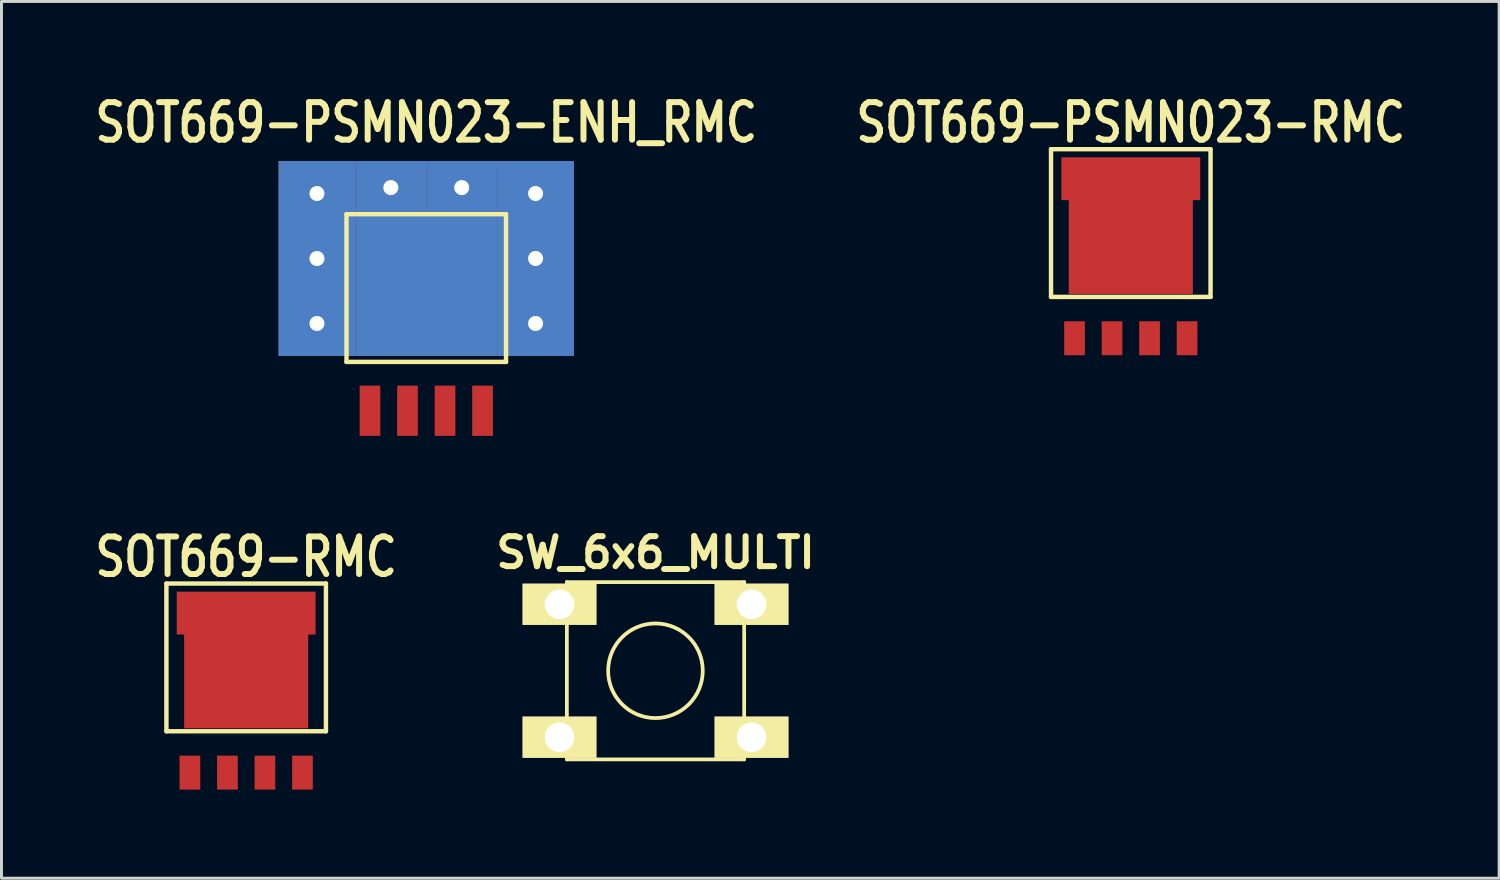
<source format=kicad_pcb>
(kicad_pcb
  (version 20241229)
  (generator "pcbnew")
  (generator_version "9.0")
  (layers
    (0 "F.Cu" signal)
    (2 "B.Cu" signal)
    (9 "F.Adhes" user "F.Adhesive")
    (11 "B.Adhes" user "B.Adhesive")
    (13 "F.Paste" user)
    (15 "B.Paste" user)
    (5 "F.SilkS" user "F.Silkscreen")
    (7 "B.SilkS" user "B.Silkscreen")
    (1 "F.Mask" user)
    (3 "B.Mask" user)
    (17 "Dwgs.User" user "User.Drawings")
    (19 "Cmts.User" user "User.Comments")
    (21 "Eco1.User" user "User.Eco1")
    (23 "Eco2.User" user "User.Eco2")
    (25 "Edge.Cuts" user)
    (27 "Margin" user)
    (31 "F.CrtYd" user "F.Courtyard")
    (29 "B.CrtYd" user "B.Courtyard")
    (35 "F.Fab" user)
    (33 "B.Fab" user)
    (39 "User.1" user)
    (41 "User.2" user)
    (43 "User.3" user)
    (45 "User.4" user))
  (footprint "SOT669-PSMN023-RMC"
    (layer "F.Cu")
    (at 35.227 8.4)
    (property "Reference" "SOT669-PSMN023-RMC" (at 0 -7.3 0) (layer "F.SilkS") (effects (font (size 1.27 1.016) (thickness 0.203))))
    (attr smd)
    (fp_line (start -2.7 -6.4) (end -2.7 -1.4) (stroke (width 0.15) (type solid)) (layer "F.SilkS"))
    (fp_line (start -2.7 -1.4) (end 2.7 -1.4) (stroke (width 0.15) (type solid)) (layer "F.SilkS"))
    (fp_line (start 2.7 -6.4) (end -2.7 -6.4) (stroke (width 0.15) (type solid)) (layer "F.SilkS"))
    (fp_line (start 2.7 -1.4) (end 2.7 -6.4) (stroke (width 0.15) (type solid)) (layer "F.SilkS"))
    (pad "1" smd rect (at -1.905 0) (size 0.7 1.15) (layers "F.Cu" "F.Mask" "F.Paste"))
    (pad "1" smd rect (at -0.635 0) (size 0.7 1.15) (layers "F.Cu" "F.Mask" "F.Paste"))
    (pad "1" smd rect (at 0.635 0) (size 0.7 1.15) (layers "F.Cu" "F.Mask" "F.Paste"))
    (pad "4" smd rect (at 1.905 0) (size 0.7 1.15) (layers "F.Cu" "F.Mask" "F.Paste"))
    (pad "5" smd rect (at 0 -5.4) (size 4.7 1.45) (layers "F.Cu" "F.Mask" "F.Paste"))
    (pad "5" smd rect (at 0 -3.1) (size 4.2 3.2) (layers "F.Cu" "F.Mask" "F.Paste")))
  (footprint "SOT669-PSMN023-ENH_RMC"
    (layer "F.Cu")
    (at 11.379 10.6)
    (property "Reference" "SOT669-PSMN023-ENH_RMC" (at 0 -9.5 0) (layer "F.SilkS") (effects (font (size 1.27 1.016) (thickness 0.203))))
    (attr smd)
    (fp_line (start -2.7 -6.4) (end -2.7 -1.4) (stroke (width 0.15) (type solid)) (layer "F.SilkS"))
    (fp_line (start -2.7 -1.4) (end 2.7 -1.4) (stroke (width 0.15) (type solid)) (layer "F.SilkS"))
    (fp_line (start 2.7 -6.4) (end -2.7 -6.4) (stroke (width 0.15) (type solid)) (layer "F.SilkS"))
    (fp_line (start 2.7 -1.4) (end 2.7 -6.4) (stroke (width 0.15) (type solid)) (layer "F.SilkS"))
    (pad "1" smd rect (at -1.905 0.254) (size 0.7 1.7) (layers "F.Cu" "F.Mask" "F.Paste"))
    (pad "1" smd rect (at -0.635 0.254) (size 0.7 1.7) (layers "F.Cu" "F.Mask" "F.Paste"))
    (pad "1" smd rect (at 0.635 0.254) (size 0.7 1.7) (layers "F.Cu" "F.Mask" "F.Paste"))
    (pad "4" smd rect (at 1.905 0.254) (size 0.7 1.7) (layers "F.Cu" "F.Mask" "F.Paste"))
    (pad "5" thru_hole rect (at -3.7 -7.1) (size 2.6 2.2) (drill 0.508) (layers "*.Cu"))
    (pad "5" thru_hole rect (at -3.7 -4.9) (size 2.6 2.2) (drill 0.508) (layers "*.Cu"))
    (pad "5" thru_hole rect (at -3.7 -2.7) (size 2.6 2.2) (drill 0.508) (layers "*.Cu"))
    (pad "5" smd rect (at -1.65 -5.45) (size 0.6 0.9) (layers "F.Cu" "F.Mask" "F.Paste"))
    (pad "5" thru_hole rect (at -1.2 -7.3) (size 2.4 1.8) (drill 0.508) (layers "*.Cu"))
    (pad "5" smd rect (at -1.15 -3.85) (size 0.9 0.6) (layers "F.Cu" "F.Mask" "F.Paste"))
    (pad "5" smd rect (at -1.15 -3) (size 0.9 0.6) (layers "F.Cu" "F.Mask" "F.Paste"))
    (pad "5" smd rect (at -1.15 -2.15) (size 0.9 0.6) (layers "F.Cu" "F.Mask" "F.Paste"))
    (pad "5" smd rect (at -0.55 -5.45) (size 0.6 0.9) (layers "F.Cu" "F.Mask" "F.Paste"))
    (pad "5" smd rect (at 0 -4) (size 4.8 4.8) (layers "F.Cu" "F.Mask"))
    (pad "5" smd rect (at 0 -4) (size 4.8 4.8) (layers "B.Cu"))
    (pad "5" smd rect (at 0 -3.85) (size 0.9 0.6) (layers "F.Cu" "F.Mask" "F.Paste"))
    (pad "5" smd rect (at 0 -3) (size 0.9 0.6) (layers "F.Cu" "F.Mask" "F.Paste"))
    (pad "5" smd rect (at 0 -2.15) (size 0.9 0.6) (layers "F.Cu" "F.Mask" "F.Paste"))
    (pad "5" smd rect (at 0.55 -5.45) (size 0.6 0.9) (layers "F.Cu" "F.Mask" "F.Paste"))
    (pad "5" smd rect (at 1.15 -3.85) (size 0.9 0.6) (layers "F.Cu" "F.Mask" "F.Paste"))
    (pad "5" smd rect (at 1.15 -3) (size 0.9 0.6) (layers "F.Cu" "F.Mask" "F.Paste"))
    (pad "5" smd rect (at 1.15 -2.15) (size 0.9 0.6) (layers "F.Cu" "F.Mask" "F.Paste"))
    (pad "5" thru_hole rect (at 1.2 -7.3) (size 2.4 1.8) (drill 0.508) (layers "*.Cu"))
    (pad "5" smd rect (at 1.65 -5.45) (size 0.6 0.9) (layers "F.Cu" "F.Mask" "F.Paste"))
    (pad "5" thru_hole rect (at 3.7 -7.1) (size 2.6 2.2) (drill 0.508) (layers "*.Cu"))
    (pad "5" thru_hole rect (at 3.7 -4.9) (size 2.6 2.2) (drill 0.508) (layers "*.Cu"))
    (pad "5" thru_hole rect (at 3.7 -2.7) (size 2.6 2.2) (drill 0.508) (layers "*.Cu")))
  (footprint "SW_6x6_MULTI"
    (layer "F.Cu")
    (at 19.14 19.655)
    (property "Reference" "SW_6x6_MULTI" (at 0 -4 0) (layer "F.SilkS") (effects (font (size 1.016 1.016) (thickness 0.203))))
    (attr through_hole)
    (fp_line (start -3.002 -3) (end -3.002 3) (stroke (width 0.127) (type solid)) (layer "F.SilkS"))
    (fp_line (start -3 3) (end 3 3) (stroke (width 0.127) (type solid)) (layer "F.SilkS"))
    (fp_line (start 3 -3) (end -3 -3) (stroke (width 0.127) (type solid)) (layer "F.SilkS"))
    (fp_line (start 3 2.997) (end 3 -3.002) (stroke (width 0.127) (type solid)) (layer "F.SilkS"))
    (fp_circle (center -0.003 0) (end 0.998 1.25) (stroke (width 0.127) (type solid)) (fill no) (layer "F.SilkS"))
    (pad "1" thru_hole rect (at -3.251 -2.25) (size 2.499 1.397) (drill 1.001) (layers "*.Cu" "*.Mask" "F.SilkS"))
    (pad "1" thru_hole rect (at 3.249 -2.25) (size 2.499 1.397) (drill 1.001) (layers "*.Cu" "*.Mask" "F.SilkS"))
    (pad "2" thru_hole rect (at -3.251 2.25) (size 2.499 1.397) (drill 1.001) (layers "*.Cu" "*.Mask" "F.SilkS"))
    (pad "2" thru_hole rect (at 3.249 2.25) (size 2.499 1.397) (drill 1.001) (layers "*.Cu" "*.Mask" "F.SilkS")))
  (footprint "SOT669-RMC"
    (layer "F.Cu")
    (at 5.283 23.103)
    (property "Reference" "SOT669-RMC" (at 0 -7.3 0) (layer "F.SilkS") (effects (font (size 1.27 1.016) (thickness 0.203))))
    (attr smd)
    (fp_line (start -2.7 -6.4) (end -2.7 -1.4) (stroke (width 0.15) (type solid)) (layer "F.SilkS"))
    (fp_line (start -2.7 -1.4) (end 2.7 -1.4) (stroke (width 0.15) (type solid)) (layer "F.SilkS"))
    (fp_line (start 2.7 -6.4) (end -2.7 -6.4) (stroke (width 0.15) (type solid)) (layer "F.SilkS"))
    (fp_line (start 2.7 -1.4) (end 2.7 -6.4) (stroke (width 0.15) (type solid)) (layer "F.SilkS"))
    (pad "" smd rect (at 0 -5.4) (size 4.7 1.45) (layers "F.Cu" "F.Mask" "F.Paste"))
    (pad "1" smd rect (at -1.905 0) (size 0.7 1.15) (layers "F.Cu" "F.Mask" "F.Paste"))
    (pad "2" smd rect (at -0.635 0) (size 0.7 1.15) (layers "F.Cu" "F.Mask" "F.Paste"))
    (pad "3" smd rect (at 0.635 0) (size 0.7 1.15) (layers "F.Cu" "F.Mask" "F.Paste"))
    (pad "4" smd rect (at 1.905 0) (size 0.7 1.15) (layers "F.Cu" "F.Mask" "F.Paste"))
    (pad "5" smd rect (at 0 -3.1) (size 4.2 3.2) (layers "F.Cu" "F.Mask" "F.Paste")))
  (gr_rect
    (start -3 -3)
    (end 47.695 26.678)
    (stroke (width 0.1) (type default))
    (fill no)
    (layer "Edge.Cuts")))
</source>
